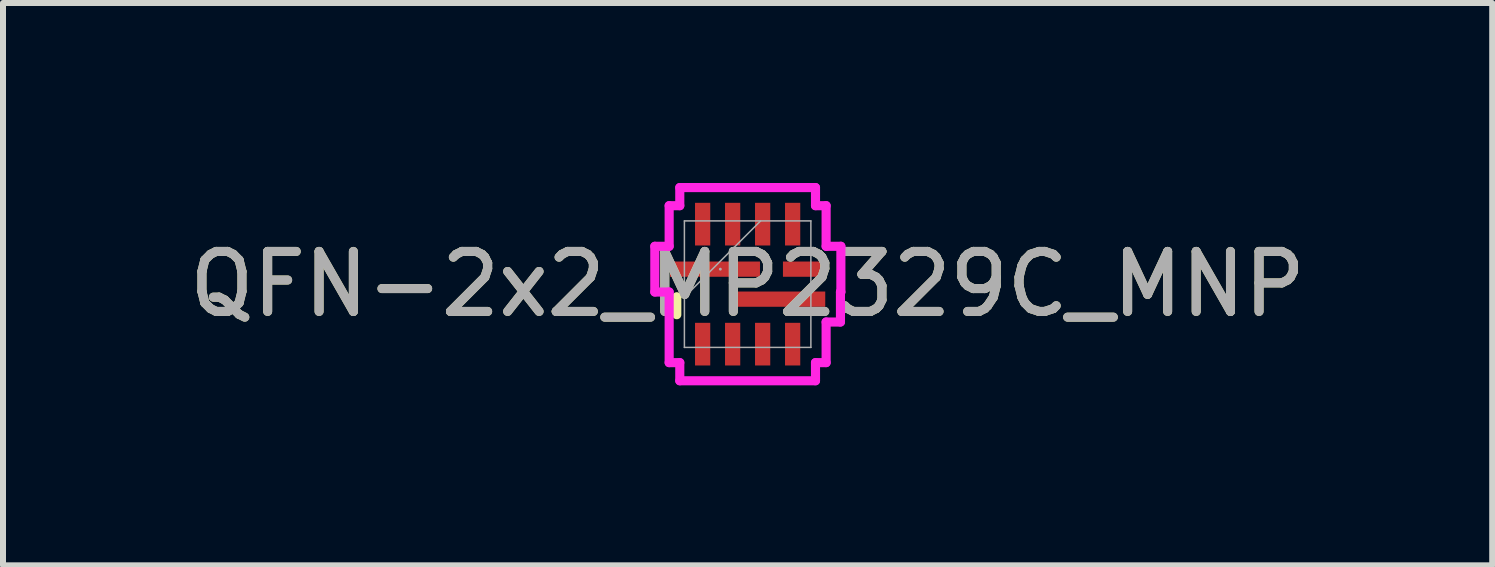
<source format=kicad_pcb>
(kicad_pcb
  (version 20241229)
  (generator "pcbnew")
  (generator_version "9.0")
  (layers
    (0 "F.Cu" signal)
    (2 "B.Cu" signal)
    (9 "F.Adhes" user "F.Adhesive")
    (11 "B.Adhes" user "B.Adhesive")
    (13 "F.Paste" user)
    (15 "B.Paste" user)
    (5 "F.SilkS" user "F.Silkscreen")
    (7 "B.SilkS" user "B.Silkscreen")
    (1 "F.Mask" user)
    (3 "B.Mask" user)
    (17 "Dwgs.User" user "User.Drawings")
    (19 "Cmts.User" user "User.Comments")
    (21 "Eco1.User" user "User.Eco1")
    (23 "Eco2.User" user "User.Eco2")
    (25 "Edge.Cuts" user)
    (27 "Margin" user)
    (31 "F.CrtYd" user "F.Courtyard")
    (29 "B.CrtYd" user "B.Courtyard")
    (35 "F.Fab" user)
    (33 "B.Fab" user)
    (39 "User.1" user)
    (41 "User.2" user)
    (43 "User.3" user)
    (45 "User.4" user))
  (footprint "QFN-2x2_MP2329C_MNP"
    (layer "F.Cu")
    (at 9.411 1.686)
    (property "Reference" "QFN-2x2_MP2329C_MNP" (at 0 0 0) (unlocked yes) (layer "F.SilkS") (effects (font (size 1 1) (thickness 0.15))))
    (attr smd)
    (fp_line (start -1.181 0.21) (end -1.181 0.509) (stroke (width 0.152) (type solid)) (layer "F.SilkS"))
    (fp_line (start -1.547 -0.631) (end -1.547 0.131) (stroke (width 0.152) (type solid)) (layer "F.CrtYd"))
    (fp_line (start -1.547 0.131) (end -1.308 0.131) (stroke (width 0.152) (type solid)) (layer "F.CrtYd"))
    (fp_line (start -1.308 -1.308) (end -1.308 -0.631) (stroke (width 0.152) (type solid)) (layer "F.CrtYd"))
    (fp_line (start -1.308 -0.631) (end -1.547 -0.631) (stroke (width 0.152) (type solid)) (layer "F.CrtYd"))
    (fp_line (start -1.308 0.131) (end -1.308 1.308) (stroke (width 0.152) (type solid)) (layer "F.CrtYd"))
    (fp_line (start -1.308 1.308) (end -1.131 1.308) (stroke (width 0.152) (type solid)) (layer "F.CrtYd"))
    (fp_line (start -1.131 -1.61) (end -1.131 -1.308) (stroke (width 0.152) (type solid)) (layer "F.CrtYd"))
    (fp_line (start -1.131 -1.308) (end -1.308 -1.308) (stroke (width 0.152) (type solid)) (layer "F.CrtYd"))
    (fp_line (start -1.131 1.308) (end -1.131 1.61) (stroke (width 0.152) (type solid)) (layer "F.CrtYd"))
    (fp_line (start -1.131 1.61) (end 1.131 1.61) (stroke (width 0.152) (type solid)) (layer "F.CrtYd"))
    (fp_line (start 1.131 -1.61) (end -1.131 -1.61) (stroke (width 0.152) (type solid)) (layer "F.CrtYd"))
    (fp_line (start 1.131 -1.308) (end 1.131 -1.61) (stroke (width 0.152) (type solid)) (layer "F.CrtYd"))
    (fp_line (start 1.131 1.308) (end 1.308 1.308) (stroke (width 0.152) (type solid)) (layer "F.CrtYd"))
    (fp_line (start 1.131 1.61) (end 1.131 1.308) (stroke (width 0.152) (type solid)) (layer "F.CrtYd"))
    (fp_line (start 1.308 -1.308) (end 1.131 -1.308) (stroke (width 0.152) (type solid)) (layer "F.CrtYd"))
    (fp_line (start 1.308 -0.631) (end 1.308 -1.308) (stroke (width 0.152) (type solid)) (layer "F.CrtYd"))
    (fp_line (start 1.308 0.631) (end 1.547 0.631) (stroke (width 0.152) (type solid)) (layer "F.CrtYd"))
    (fp_line (start 1.308 1.308) (end 1.308 0.631) (stroke (width 0.152) (type solid)) (layer "F.CrtYd"))
    (fp_line (start 1.547 0.131) (end 1.554 0.131) (stroke (width 0.152) (type solid)) (layer "F.CrtYd"))
    (fp_line (start 1.547 0.631) (end 1.547 0.131) (stroke (width 0.152) (type solid)) (layer "F.CrtYd"))
    (fp_line (start 1.554 -0.631) (end 1.308 -0.631) (stroke (width 0.152) (type solid)) (layer "F.CrtYd"))
    (fp_line (start 1.554 0.131) (end 1.554 -0.631) (stroke (width 0.152) (type solid)) (layer "F.CrtYd"))
    (fp_line (start -1.054 -1.054) (end -1.054 1.054) (stroke (width 0.025) (type solid)) (layer "F.Fab"))
    (fp_line (start -1.054 0.216) (end 0.216 -1.054) (stroke (width 0.025) (type solid)) (layer "F.Fab"))
    (fp_line (start -1.054 1.054) (end 1.054 1.054) (stroke (width 0.025) (type solid)) (layer "F.Fab"))
    (fp_line (start 1.054 -1.054) (end -1.054 -1.054) (stroke (width 0.025) (type solid)) (layer "F.Fab"))
    (fp_line (start 1.054 1.054) (end 1.054 -1.054) (stroke (width 0.025) (type solid)) (layer "F.Fab"))
    (fp_circle (center -0.455 -0.25) (end -0.455 -0.25) (stroke (width 0.025) (type solid)) (fill no) (layer "F.Fab"))
    (fp_text user "${REFERENCE}" (at 0 0 0) (unlocked yes) (layer "F.Fab") (effects (font (size 1 1) (thickness 0.15))))
    (pad "1" smd rect (at -0.544 -0.25) (size 1.499 0.254) (layers "F.Cu" "F.Mask" "F.Paste"))
    (pad "2" smd rect (at -0.75 1 90) (size 0.711 0.254) (layers "F.Cu" "F.Mask" "F.Paste"))
    (pad "3" smd rect (at -0.25 1 90) (size 0.711 0.254) (layers "F.Cu" "F.Mask" "F.Paste"))
    (pad "4" smd rect (at 0.25 1 90) (size 0.711 0.254) (layers "F.Cu" "F.Mask" "F.Paste"))
    (pad "5" smd rect (at 0.75 1 90) (size 0.711 0.254) (layers "F.Cu" "F.Mask" "F.Paste"))
    (pad "6" smd rect (at 0.544 0.25) (size 1.499 0.254) (layers "F.Cu" "F.Mask" "F.Paste"))
    (pad "7" smd rect (at 0.944 -0.25) (size 0.711 0.254) (layers "F.Cu" "F.Mask" "F.Paste"))
    (pad "8" smd rect (at 0.75 -1 90) (size 0.711 0.254) (layers "F.Cu" "F.Mask" "F.Paste"))
    (pad "9" smd rect (at 0.25 -1 90) (size 0.711 0.254) (layers "F.Cu" "F.Mask" "F.Paste"))
    (pad "10" smd rect (at -0.25 -1 90) (size 0.711 0.254) (layers "F.Cu" "F.Mask" "F.Paste"))
    (pad "11" smd rect (at -0.75 -1 90) (size 0.711 0.254) (layers "F.Cu" "F.Mask" "F.Paste")))
  (gr_rect
    (start -3 -3)
    (end 21.821 6.372)
    (stroke (width 0.1) (type default))
    (fill no)
    (layer "Edge.Cuts")))
</source>
